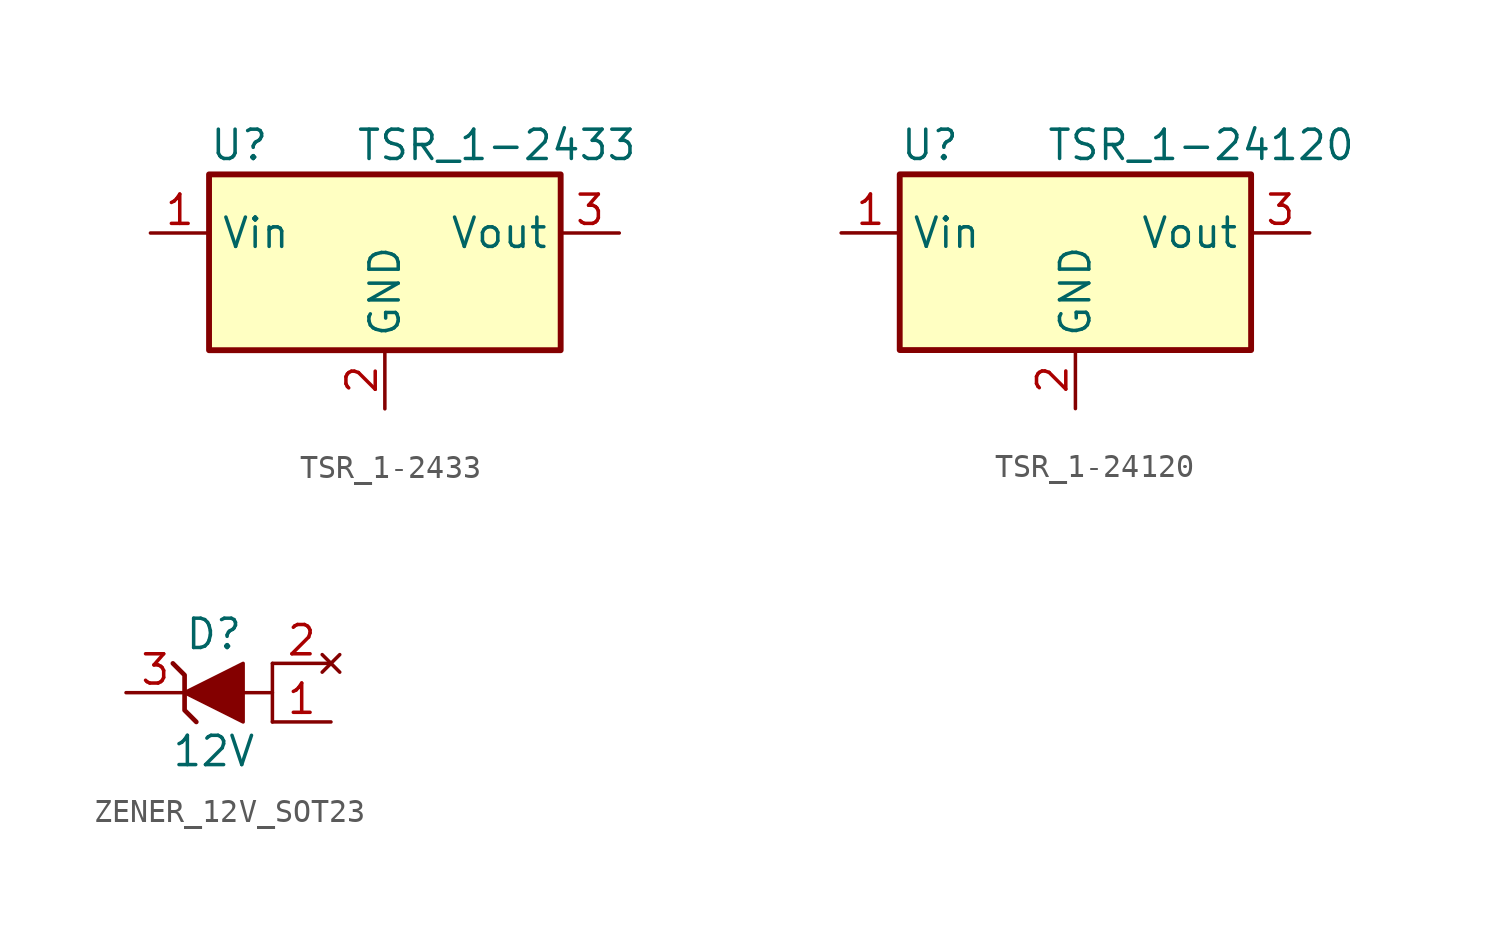
<source format=kicad_sym>
(kicad_symbol_lib
  (version 20231120)
  (generator "kicad_symbol_editor")
  (generator_version "8.0")
  (symbol "TSR_1-2433"
    (property "Reference" "U"
      (at -7.62 6.35 0)
      (effects (font (size 1.27 1.27)) (justify left)))
    (property "Value" "TSR_1-2433"
      (at -1.27 6.35 0)
      (effects (font (size 1.27 1.27)) (justify left)))
    (symbol "TSR_1-2433_0_1"
      (rectangle (start -7.62 5.08) (end 7.62 -2.54) (stroke (width 0.254) (type default)) (fill (type background))))
    (symbol "TSR_1-2433_1_1"
      (pin power_in line (at -10.16 2.54 0) (length 2.54) (name "Vin" (effects (font (size 1.27 1.27)))) (number "1" (effects (font (size 1.27 1.27)))))
      (pin power_in line (at 0 -5.08 90) (length 2.54) (name "GND" (effects (font (size 1.27 1.27)))) (number "2" (effects (font (size 1.27 1.27)))))
      (pin power_out line (at 10.16 2.54 180) (length 2.54) (name "Vout" (effects (font (size 1.27 1.27)))) (number "3" (effects (font (size 1.27 1.27)))))))
  (symbol "TSR_1-24120"
    (property "Reference" "U"
      (at -7.62 6.35 0)
      (effects (font (size 1.27 1.27)) (justify left)))
    (property "Value" "TSR_1-24120"
      (at -1.27 6.35 0)
      (effects (font (size 1.27 1.27)) (justify left)))
    (symbol "TSR_1-24120_0_1"
      (rectangle (start -7.62 5.08) (end 7.62 -2.54) (stroke (width 0.254) (type default)) (fill (type background))))
    (symbol "TSR_1-24120_1_1"
      (pin power_in line (at -10.16 2.54 0) (length 2.54) (name "Vin" (effects (font (size 1.27 1.27)))) (number "1" (effects (font (size 1.27 1.27)))))
      (pin power_in line (at 0 -5.08 90) (length 2.54) (name "GND" (effects (font (size 1.27 1.27)))) (number "2" (effects (font (size 1.27 1.27)))))
      (pin power_out line (at 10.16 2.54 180) (length 2.54) (name "Vout" (effects (font (size 1.27 1.27)))) (number "3" (effects (font (size 1.27 1.27)))))))
  (symbol "ZENER_12V_SOT23"
    (pin_names
      (offset 1.016) hide)
    (property "Reference" "D"
      (at 0 2.54 0)
      (effects (font (size 1.27 1.27))))
    (property "Value" "12V"
      (at 0 -2.54 0)
      (effects (font (size 1.27 1.27))))
    (symbol "ZENER_12V_SOT23_0_1"
      (polyline (pts (xy 2.54 -1.27) (xy 2.54 0)) (stroke (width 0) (type solid)) (fill (type none)))
      (polyline (pts (xy 1.27 0) (xy 2.54 0) (xy 2.54 1.27)) (stroke (width 0) (type solid)) (fill (type none)))
      (polyline (pts (xy -1.778 1.27) (xy -1.27 0.762) (xy -1.27 -0.762) (xy -0.762 -1.27) (xy -0.762 -1.27)) (stroke (width 0.203) (type solid)) (fill (type none)))
      (polyline (pts (xy -1.27 0) (xy 1.27 1.27) (xy 1.27 -1.27) (xy -1.27 0) (xy -1.27 0)) (stroke (width 0) (type solid)) (fill (type outline))))
    (symbol "ZENER_12V_SOT23_1_1"
      (pin passive line (at 5.08 -1.27 180) (length 2.54) (name "K" (effects (font (size 1.27 1.27)))) (number "1" (effects (font (size 1.27 1.27)))))
      (pin no_connect line (at 5.08 1.27 180) (length 2.54) (name "A" (effects (font (size 1.27 1.27)))) (number "2" (effects (font (size 1.27 1.27)))))
      (pin passive line (at -3.81 0 0) (length 2.54) (name "3" (effects (font (size 1.27 1.27)))) (number "3" (effects (font (size 1.27 1.27))))))))
</source>
